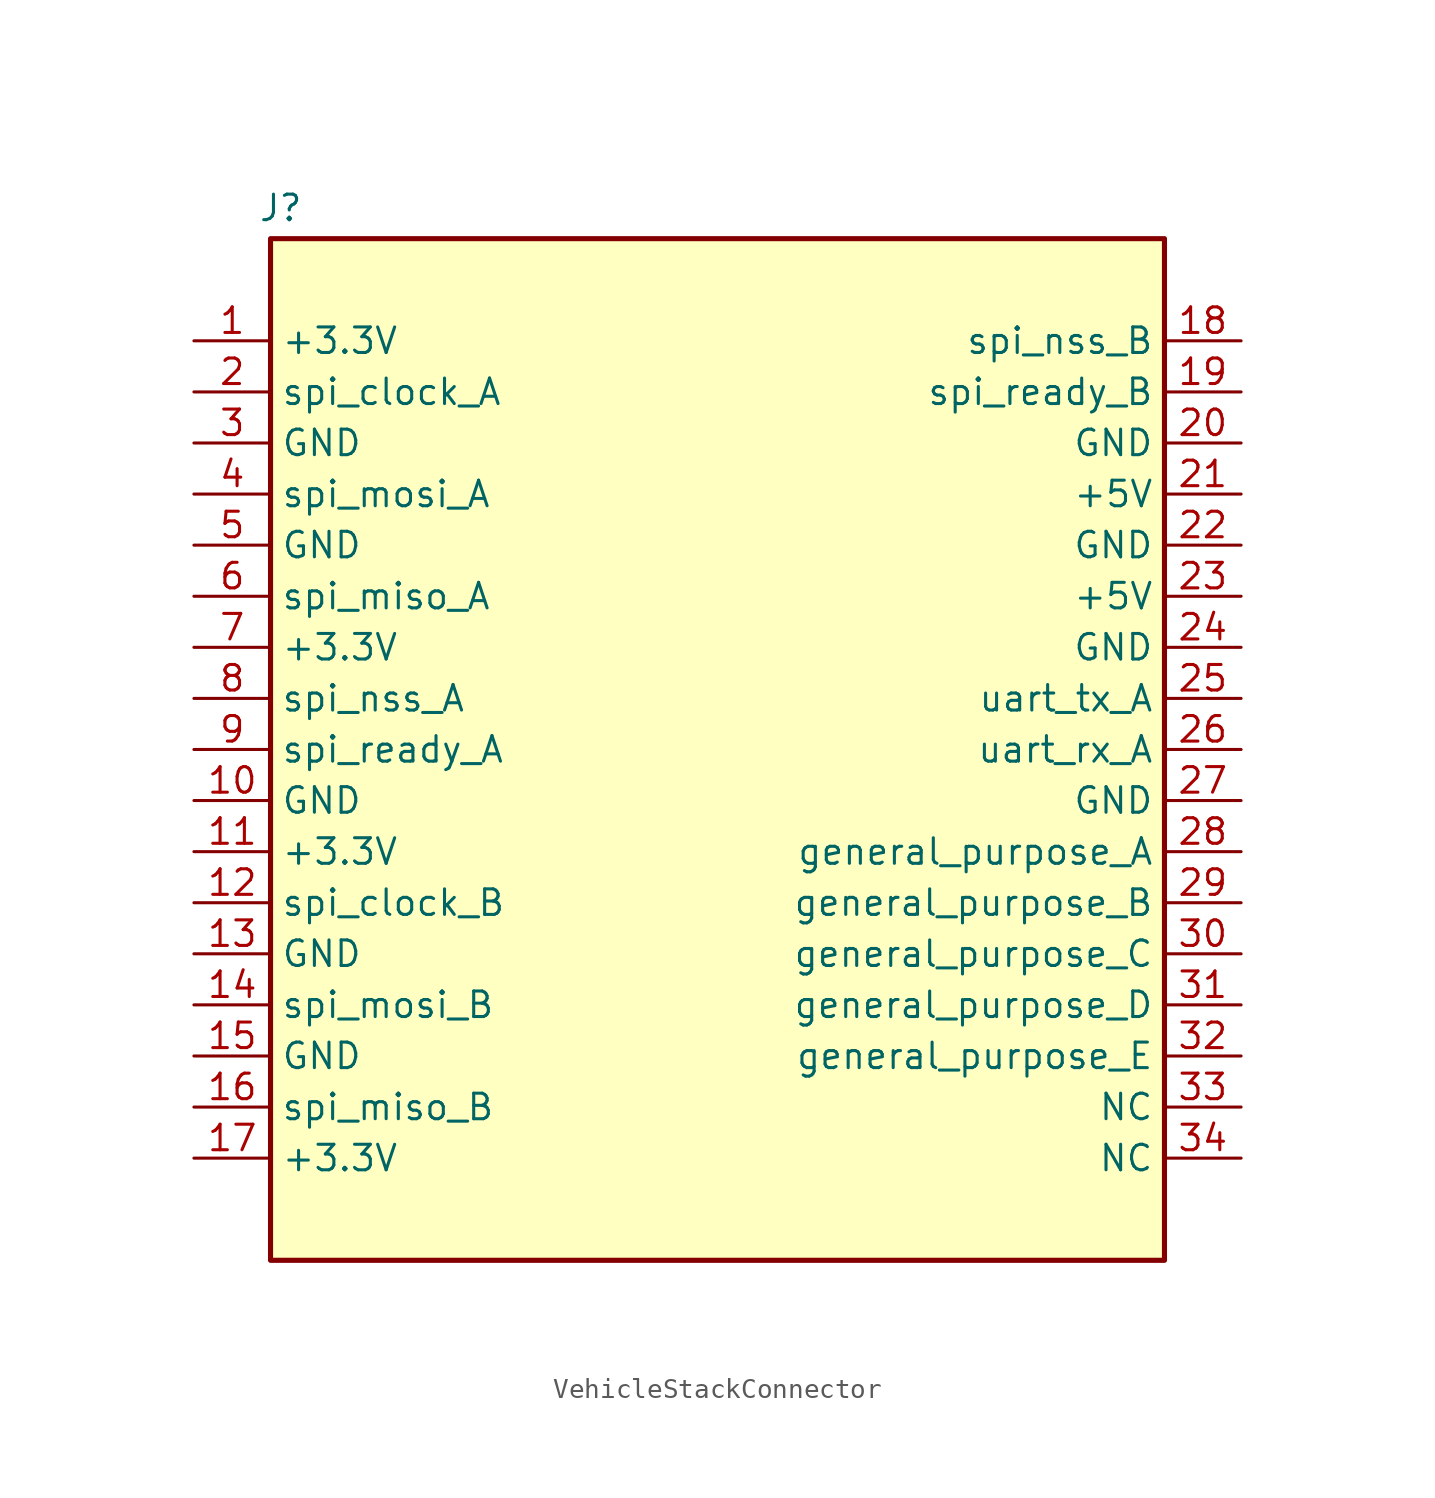
<source format=kicad_sym>
(kicad_symbol_lib
  (version 20241209)
  (generator "kicad_symbol_editor")
  (generator_version "9.0")
  (symbol "VehicleStackConnector"
    (property "Reference" "J"
      (at 0.508 1.524 0)
      (effects (font (size 1.27 1.27))))
    (symbol "VehicleStackConnector_1_1"
      (rectangle (start 0 0) (end 44.45 -50.8) (stroke (width 0.254) (type default)) (fill (type background)))
      (pin passive line (at -3.81 -5.08 0) (length 3.81) (name "+3.3V" (effects (font (size 1.27 1.27)))) (number "1" (effects (font (size 1.27 1.27)))))
      (pin passive line (at -3.81 -7.62 0) (length 3.81) (name "spi_clock_A" (effects (font (size 1.27 1.27)))) (number "2" (effects (font (size 1.27 1.27)))))
      (pin passive line (at -3.81 -10.16 0) (length 3.81) (name "GND" (effects (font (size 1.27 1.27)))) (number "3" (effects (font (size 1.27 1.27)))))
      (pin passive line (at -3.81 -12.7 0) (length 3.81) (name "spi_mosi_A" (effects (font (size 1.27 1.27)))) (number "4" (effects (font (size 1.27 1.27)))))
      (pin passive line (at -3.81 -15.24 0) (length 3.81) (name "GND" (effects (font (size 1.27 1.27)))) (number "5" (effects (font (size 1.27 1.27)))))
      (pin passive line (at -3.81 -17.78 0) (length 3.81) (name "spi_miso_A" (effects (font (size 1.27 1.27)))) (number "6" (effects (font (size 1.27 1.27)))))
      (pin passive line (at -3.81 -20.32 0) (length 3.81) (name "+3.3V" (effects (font (size 1.27 1.27)))) (number "7" (effects (font (size 1.27 1.27)))))
      (pin passive line (at -3.81 -22.86 0) (length 3.81) (name "spi_nss_A" (effects (font (size 1.27 1.27)))) (number "8" (effects (font (size 1.27 1.27)))))
      (pin passive line (at -3.81 -25.4 0) (length 3.81) (name "spi_ready_A" (effects (font (size 1.27 1.27)))) (number "9" (effects (font (size 1.27 1.27)))))
      (pin passive line (at -3.81 -27.94 0) (length 3.81) (name "GND" (effects (font (size 1.27 1.27)))) (number "10" (effects (font (size 1.27 1.27)))))
      (pin passive line (at -3.81 -30.48 0) (length 3.81) (name "+3.3V" (effects (font (size 1.27 1.27)))) (number "11" (effects (font (size 1.27 1.27)))))
      (pin passive line (at -3.81 -33.02 0) (length 3.81) (name "spi_clock_B" (effects (font (size 1.27 1.27)))) (number "12" (effects (font (size 1.27 1.27)))))
      (pin passive line (at -3.81 -35.56 0) (length 3.81) (name "GND" (effects (font (size 1.27 1.27)))) (number "13" (effects (font (size 1.27 1.27)))))
      (pin passive line (at -3.81 -38.1 0) (length 3.81) (name "spi_mosi_B" (effects (font (size 1.27 1.27)))) (number "14" (effects (font (size 1.27 1.27)))))
      (pin passive line (at -3.81 -40.64 0) (length 3.81) (name "GND" (effects (font (size 1.27 1.27)))) (number "15" (effects (font (size 1.27 1.27)))))
      (pin passive line (at -3.81 -43.18 0) (length 3.81) (name "spi_miso_B" (effects (font (size 1.27 1.27)))) (number "16" (effects (font (size 1.27 1.27)))))
      (pin passive line (at -3.81 -45.72 0) (length 3.81) (name "+3.3V" (effects (font (size 1.27 1.27)))) (number "17" (effects (font (size 1.27 1.27)))))
      (pin passive line (at 48.26 -5.08 180) (length 3.81) (name "spi_nss_B" (effects (font (size 1.27 1.27)))) (number "18" (effects (font (size 1.27 1.27)))))
      (pin passive line (at 48.26 -7.62 180) (length 3.81) (name "spi_ready_B" (effects (font (size 1.27 1.27)))) (number "19" (effects (font (size 1.27 1.27)))))
      (pin passive line (at 48.26 -10.16 180) (length 3.81) (name "GND" (effects (font (size 1.27 1.27)))) (number "20" (effects (font (size 1.27 1.27)))))
      (pin passive line (at 48.26 -12.7 180) (length 3.81) (name "+5V" (effects (font (size 1.27 1.27)))) (number "21" (effects (font (size 1.27 1.27)))))
      (pin passive line (at 48.26 -15.24 180) (length 3.81) (name "GND" (effects (font (size 1.27 1.27)))) (number "22" (effects (font (size 1.27 1.27)))))
      (pin passive line (at 48.26 -17.78 180) (length 3.81) (name "+5V" (effects (font (size 1.27 1.27)))) (number "23" (effects (font (size 1.27 1.27)))))
      (pin passive line (at 48.26 -20.32 180) (length 3.81) (name "GND" (effects (font (size 1.27 1.27)))) (number "24" (effects (font (size 1.27 1.27)))))
      (pin passive line (at 48.26 -22.86 180) (length 3.81) (name "uart_tx_A" (effects (font (size 1.27 1.27)))) (number "25" (effects (font (size 1.27 1.27)))))
      (pin passive line (at 48.26 -25.4 180) (length 3.81) (name "uart_rx_A" (effects (font (size 1.27 1.27)))) (number "26" (effects (font (size 1.27 1.27)))))
      (pin passive line (at 48.26 -27.94 180) (length 3.81) (name "GND" (effects (font (size 1.27 1.27)))) (number "27" (effects (font (size 1.27 1.27)))))
      (pin passive line (at 48.26 -30.48 180) (length 3.81) (name "general_purpose_A" (effects (font (size 1.27 1.27)))) (number "28" (effects (font (size 1.27 1.27)))))
      (pin passive line (at 48.26 -33.02 180) (length 3.81) (name "general_purpose_B" (effects (font (size 1.27 1.27)))) (number "29" (effects (font (size 1.27 1.27)))))
      (pin passive line (at 48.26 -35.56 180) (length 3.81) (name "general_purpose_C" (effects (font (size 1.27 1.27)))) (number "30" (effects (font (size 1.27 1.27)))))
      (pin passive line (at 48.26 -38.1 180) (length 3.81) (name "general_purpose_D" (effects (font (size 1.27 1.27)))) (number "31" (effects (font (size 1.27 1.27)))))
      (pin passive line (at 48.26 -40.64 180) (length 3.81) (name "general_purpose_E" (effects (font (size 1.27 1.27)))) (number "32" (effects (font (size 1.27 1.27)))))
      (pin passive line (at 48.26 -43.18 180) (length 3.81) (name "NC" (effects (font (size 1.27 1.27)))) (number "33" (effects (font (size 1.27 1.27)))))
      (pin passive line (at 48.26 -45.72 180) (length 3.81) (name "NC" (effects (font (size 1.27 1.27)))) (number "34" (effects (font (size 1.27 1.27))))))))
</source>
